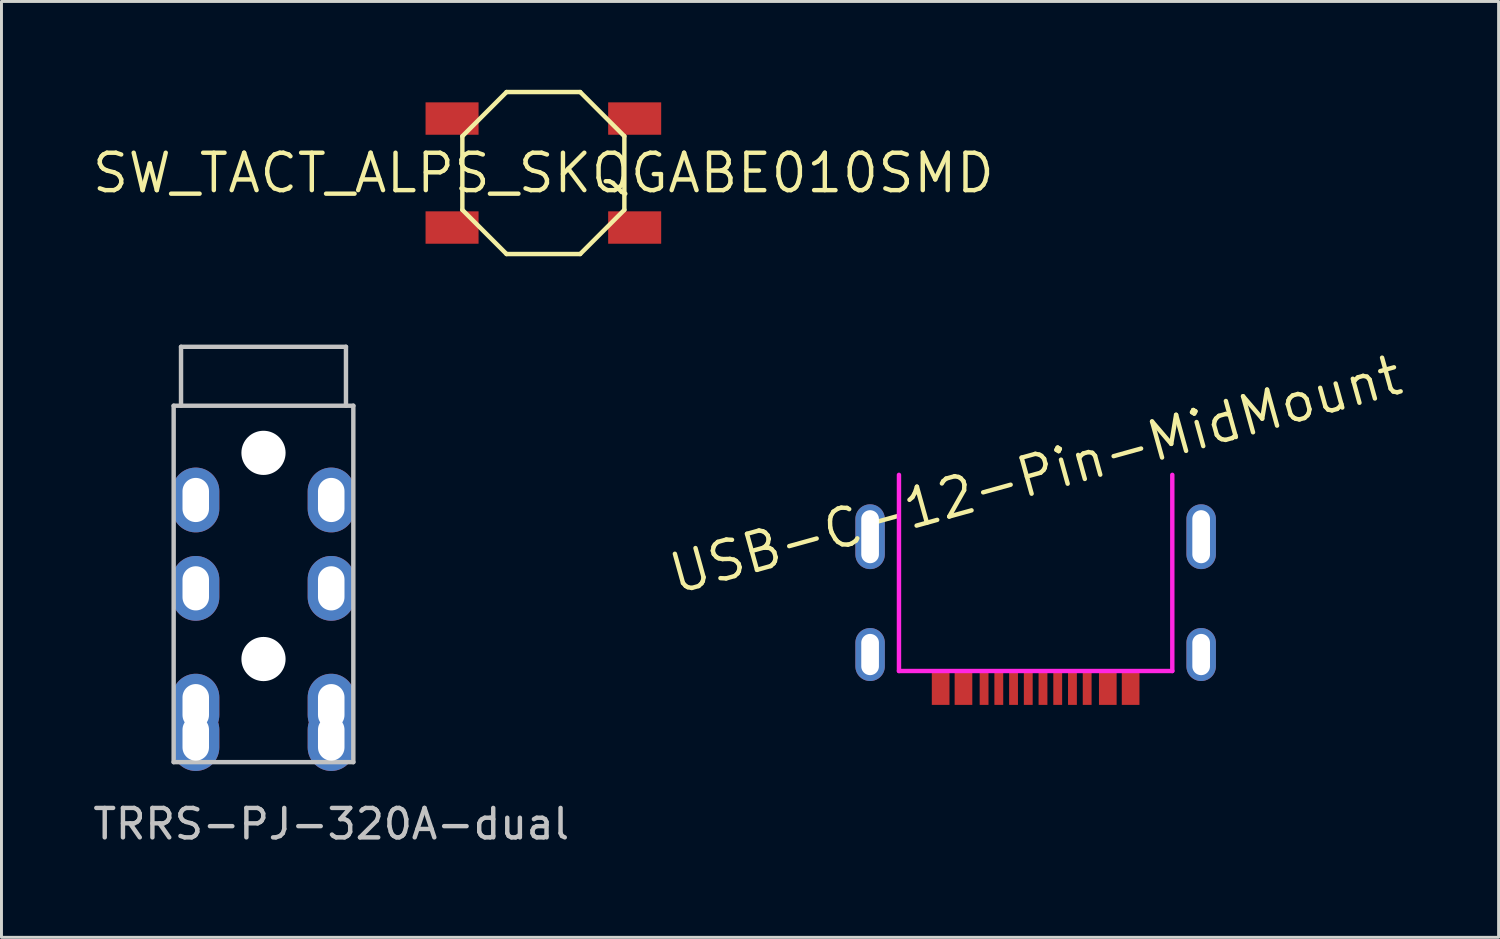
<source format=kicad_pcb>
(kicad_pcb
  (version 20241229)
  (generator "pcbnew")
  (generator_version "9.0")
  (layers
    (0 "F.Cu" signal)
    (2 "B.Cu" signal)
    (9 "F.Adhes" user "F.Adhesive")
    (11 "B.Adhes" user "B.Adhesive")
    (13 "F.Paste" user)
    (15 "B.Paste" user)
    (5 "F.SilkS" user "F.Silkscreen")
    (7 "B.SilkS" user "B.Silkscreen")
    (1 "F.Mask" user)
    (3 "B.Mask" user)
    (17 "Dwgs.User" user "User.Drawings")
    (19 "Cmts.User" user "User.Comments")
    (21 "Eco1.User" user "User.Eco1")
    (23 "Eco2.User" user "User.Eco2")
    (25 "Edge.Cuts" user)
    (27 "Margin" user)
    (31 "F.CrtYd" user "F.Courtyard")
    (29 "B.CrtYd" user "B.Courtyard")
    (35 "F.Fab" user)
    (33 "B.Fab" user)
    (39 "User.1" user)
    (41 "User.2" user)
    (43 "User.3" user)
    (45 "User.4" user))
  (footprint "USB-C-12-Pin-MidMount"
    (layer "F.Cu")
    (at 32.111 13.072)
    (property "Reference" "USB-C-12-Pin-MidMount" (at 0 0 15.5) (layer "F.SilkS") (effects (font (size 1.27 1.27) (thickness 0.15))))
    (attr through_hole)
    (fp_line (start -4.64 6.66) (end -4.64 0) (stroke (width 0.15) (type solid)) (layer "F.CrtYd"))
    (fp_line (start -4.64 6.66) (end 4.64 6.66) (stroke (width 0.15) (type solid)) (layer "F.CrtYd"))
    (fp_line (start 4.64 6.66) (end 4.64 0) (stroke (width 0.15) (type solid)) (layer "F.CrtYd"))
    (pad "A1" smd rect (at -3.225 7.235) (size 0.6 1.15) (layers "F.Cu" "F.Mask" "F.Paste"))
    (pad "A1" smd rect (at 3.225 7.235) (size 0.6 1.15) (layers "F.Cu" "F.Mask" "F.Paste"))
    (pad "A4" smd rect (at -2.45 7.235) (size 0.6 1.15) (layers "F.Cu" "F.Mask" "F.Paste"))
    (pad "A4" smd rect (at 2.45 7.235) (size 0.6 1.15) (layers "F.Cu" "F.Mask" "F.Paste"))
    (pad "A5" smd rect (at 1.25 7.235) (size 0.3 1.15) (layers "F.Cu" "F.Mask" "F.Paste"))
    (pad "A6" smd rect (at 0.25 7.235) (size 0.3 1.15) (layers "F.Cu" "F.Mask" "F.Paste"))
    (pad "A7" smd rect (at -0.25 7.235) (size 0.3 1.15) (layers "F.Cu" "F.Mask" "F.Paste"))
    (pad "A8" smd rect (at -1.25 7.235) (size 0.3 1.15) (layers "F.Cu" "F.Mask" "F.Paste"))
    (pad "B5" smd rect (at -1.75 7.235) (size 0.3 1.15) (layers "F.Cu" "F.Mask" "F.Paste"))
    (pad "B6" smd rect (at -0.75 7.235) (size 0.3 1.15) (layers "F.Cu" "F.Mask" "F.Paste"))
    (pad "B7" smd rect (at 0.75 7.235) (size 0.3 1.15) (layers "F.Cu" "F.Mask" "F.Paste"))
    (pad "B8" smd rect (at 1.75 7.235) (size 0.3 1.15) (layers "F.Cu" "F.Mask" "F.Paste"))
    (pad "S1" thru_hole oval (at -5.62 2.1) (size 1 2.2) (drill oval 0.6 1.8) (layers "*.Cu" "*.Mask"))
    (pad "S1" thru_hole oval (at -5.62 6.1) (size 1 1.8) (drill oval 0.6 1.4) (layers "*.Cu" "*.Mask"))
    (pad "S1" thru_hole oval (at 5.62 6.1) (size 1 1.8) (drill oval 0.6 1.4) (layers "*.Cu" "*.Mask"))
    (pad "S1" thru_hole oval (at 5.62 2.1) (size 1 2.2) (drill oval 0.6 1.8) (layers "*.Cu" "*.Mask")))
  (footprint "SW_TACT_ALPS_SKQGABE010SMD"
    (layer "F.Cu")
    (at 15.398 2.825)
    (property "Reference" "SW_TACT_ALPS_SKQGABE010SMD" (at 0 0 0) (layer "F.SilkS") (effects (font (size 1.27 1.27) (thickness 0.15))))
    (attr smd)
    (fp_line (start -2.75 -1.25) (end -2.75 1.25) (stroke (width 0.15) (type solid)) (layer "F.SilkS"))
    (fp_line (start -2.75 -1.25) (end -1.25 -2.75) (stroke (width 0.15) (type solid)) (layer "F.SilkS"))
    (fp_line (start -2.75 1.25) (end -1.25 2.75) (stroke (width 0.15) (type solid)) (layer "F.SilkS"))
    (fp_line (start -1.25 -2.75) (end 1.25 -2.75) (stroke (width 0.15) (type solid)) (layer "F.SilkS"))
    (fp_line (start -1.25 2.75) (end 1.25 2.75) (stroke (width 0.15) (type solid)) (layer "F.SilkS"))
    (fp_line (start 2.75 -1.25) (end 1.25 -2.75) (stroke (width 0.15) (type solid)) (layer "F.SilkS"))
    (fp_line (start 2.75 -1.25) (end 2.75 1.25) (stroke (width 0.15) (type solid)) (layer "F.SilkS"))
    (fp_line (start 2.75 1.25) (end 1.25 2.75) (stroke (width 0.15) (type solid)) (layer "F.SilkS"))
    (pad "1" smd rect (at -3.1 -1.85) (size 1.8 1.1) (layers "F.Cu" "F.Mask" "F.Paste"))
    (pad "1" smd rect (at 3.1 -1.85) (size 1.8 1.1) (layers "F.Cu" "F.Mask" "F.Paste"))
    (pad "2" smd rect (at -3.1 1.85) (size 1.8 1.1) (layers "F.Cu" "F.Mask" "F.Paste"))
    (pad "2" smd rect (at 3.1 1.85) (size 1.8 1.1) (layers "F.Cu" "F.Mask" "F.Paste")))
  (footprint "TRRS-PJ-320A-dual"
    (layer "F.Cu")
    (at 8.196 10.725)
    (property "Reference" "TRRS-PJ-320A-dual" (at 0 14.2 180) (layer "Dwgs.User") (effects (font (size 1 1) (thickness 0.15))))
    (attr through_hole)
    (fp_line (start -5.35 0) (end -5.35 12.1) (stroke (width 0.15) (type solid)) (layer "Dwgs.User"))
    (fp_line (start -5.1 0) (end -5.1 -2) (stroke (width 0.15) (type solid)) (layer "Dwgs.User"))
    (fp_line (start 0.5 -2) (end -5.1 -2) (stroke (width 0.15) (type solid)) (layer "Dwgs.User"))
    (fp_line (start 0.5 0) (end 0.5 -2) (stroke (width 0.15) (type solid)) (layer "Dwgs.User"))
    (fp_line (start 0.75 0) (end -5.35 0) (stroke (width 0.15) (type solid)) (layer "Dwgs.User"))
    (fp_line (start 0.75 0) (end 0.75 12.1) (stroke (width 0.15) (type solid)) (layer "Dwgs.User"))
    (fp_line (start 0.75 12.1) (end -5.35 12.1) (stroke (width 0.15) (type solid)) (layer "Dwgs.User"))
    (pad "" np_thru_hole circle (at -2.3 1.6) (size 1.5 1.5) (drill 1.5) (layers "*.Cu" "*.Mask"))
    (pad "" np_thru_hole circle (at -2.3 8.6) (size 1.5 1.5) (drill 1.5) (layers "*.Cu" "*.Mask"))
    (pad "1" thru_hole oval (at -4.6 11.3) (size 1.6 2.2) (drill oval 0.9 1.5) (layers "*.Cu" "*.Mask"))
    (pad "1" thru_hole oval (at 0 11.3) (size 1.6 2.2) (drill oval 0.9 1.5) (layers "*.Cu" "*.Mask"))
    (pad "2" thru_hole oval (at -4.6 10.2) (size 1.6 2.2) (drill oval 0.9 1.5) (layers "*.Cu" "*.Mask"))
    (pad "2" thru_hole oval (at 0 10.2) (size 1.6 2.2) (drill oval 0.9 1.5) (layers "*.Cu" "*.Mask"))
    (pad "3" thru_hole oval (at -4.6 6.2) (size 1.6 2.2) (drill oval 0.9 1.5) (layers "*.Cu" "*.Mask"))
    (pad "3" thru_hole oval (at 0 6.2) (size 1.6 2.2) (drill oval 0.9 1.5) (layers "*.Cu" "*.Mask"))
    (pad "4" thru_hole oval (at -4.6 3.2) (size 1.6 2.2) (drill oval 0.9 1.5) (layers "*.Cu" "*.Mask"))
    (pad "4" thru_hole oval (at 0 3.2) (size 1.6 2.2) (drill oval 0.9 1.5) (layers "*.Cu" "*.Mask")))
  (gr_rect
    (start -3 -3)
    (end 47.829 28.773)
    (stroke (width 0.1) (type default))
    (fill no)
    (layer "Edge.Cuts")))
</source>
